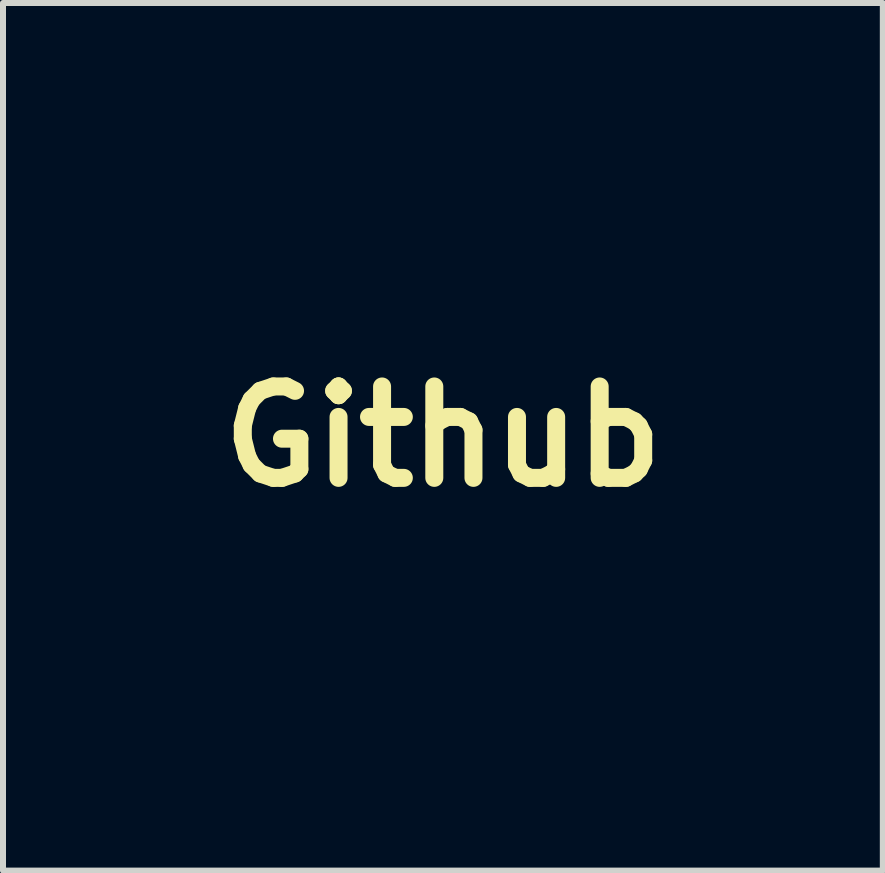
<source format=kicad_pcb>
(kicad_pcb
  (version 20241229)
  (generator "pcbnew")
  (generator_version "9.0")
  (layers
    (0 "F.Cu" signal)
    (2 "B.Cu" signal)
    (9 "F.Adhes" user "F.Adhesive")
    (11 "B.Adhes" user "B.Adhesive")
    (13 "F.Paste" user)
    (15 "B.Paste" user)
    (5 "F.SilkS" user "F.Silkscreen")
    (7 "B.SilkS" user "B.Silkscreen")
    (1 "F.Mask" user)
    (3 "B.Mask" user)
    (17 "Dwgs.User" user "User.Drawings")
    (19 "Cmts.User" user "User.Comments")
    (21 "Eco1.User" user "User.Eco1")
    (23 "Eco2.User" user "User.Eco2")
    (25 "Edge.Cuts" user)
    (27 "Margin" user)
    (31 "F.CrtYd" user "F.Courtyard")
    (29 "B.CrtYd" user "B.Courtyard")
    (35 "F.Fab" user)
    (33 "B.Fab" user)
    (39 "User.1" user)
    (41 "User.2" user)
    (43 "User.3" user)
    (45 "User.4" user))
  (footprint "Github"
    (layer "F.Cu")
    (at 4.337 4.229)
    (property "Reference" "Github" (at 0 0 0) (layer "F.SilkS") (effects (font (size 1.524 1.524) (thickness 0.3))))
    (attr through_hole)
    (fp_poly (pts (xy 0.208 -4.221) (xy 0.392 -4.213) (xy 0.56 -4.198) (xy 0.724 -4.175) (xy 0.891 -4.143) (xy 0.99 -4.121) (xy 1.349 -4.022) (xy 1.697 -3.89) (xy 2.033 -3.729) (xy 2.355 -3.539) (xy 2.66 -3.322) (xy 2.946 -3.079) (xy 3.211 -2.812) (xy 3.453 -2.522) (xy 3.471 -2.498) (xy 3.67 -2.208) (xy 3.847 -1.899) (xy 4 -1.576) (xy 4.124 -1.246) (xy 4.217 -0.923) (xy 4.254 -0.756) (xy 4.282 -0.601) (xy 4.303 -0.449) (xy 4.317 -0.288) (xy 4.326 -0.108) (xy 4.33 -0.008) (xy 4.33 0.297) (xy 4.312 0.581) (xy 4.276 0.854) (xy 4.22 1.125) (xy 4.165 1.33) (xy 4.046 1.679) (xy 3.896 2.018) (xy 3.717 2.343) (xy 3.51 2.654) (xy 3.277 2.946) (xy 3.021 3.218) (xy 2.743 3.467) (xy 2.445 3.691) (xy 2.373 3.739) (xy 2.258 3.811) (xy 2.132 3.883) (xy 1.999 3.954) (xy 1.864 4.021) (xy 1.732 4.083) (xy 1.607 4.137) (xy 1.494 4.181) (xy 1.398 4.213) (xy 1.323 4.23) (xy 1.292 4.233) (xy 1.211 4.218) (xy 1.143 4.176) (xy 1.105 4.127) (xy 1.098 4.112) (xy 1.092 4.091) (xy 1.087 4.063) (xy 1.083 4.023) (xy 1.079 3.97) (xy 1.076 3.899) (xy 1.074 3.809) (xy 1.071 3.695) (xy 1.069 3.554) (xy 1.067 3.385) (xy 1.066 3.294) (xy 1.063 3.107) (xy 1.061 2.952) (xy 1.059 2.824) (xy 1.056 2.72) (xy 1.053 2.637) (xy 1.05 2.572) (xy 1.045 2.522) (xy 1.04 2.483) (xy 1.034 2.452) (xy 1.027 2.426) (xy 1.026 2.421) (xy 0.962 2.265) (xy 0.884 2.138) (xy 0.843 2.09) (xy 0.809 2.051) (xy 0.788 2.024) (xy 0.785 2.015) (xy 0.806 2.013) (xy 0.852 2.006) (xy 0.916 1.997) (xy 0.97 1.989) (xy 1.257 1.935) (xy 1.519 1.859) (xy 1.756 1.763) (xy 1.968 1.647) (xy 2.153 1.51) (xy 2.312 1.355) (xy 2.443 1.18) (xy 2.518 1.045) (xy 2.615 0.814) (xy 2.687 0.562) (xy 2.734 0.289) (xy 2.755 0.025) (xy 2.755 -0.215) (xy 2.733 -0.434) (xy 2.687 -0.636) (xy 2.615 -0.826) (xy 2.517 -1.01) (xy 2.39 -1.193) (xy 2.365 -1.225) (xy 2.318 -1.284) (xy 2.354 -1.4) (xy 2.378 -1.503) (xy 2.395 -1.628) (xy 2.402 -1.761) (xy 2.4 -1.892) (xy 2.389 -2.006) (xy 2.373 -2.085) (xy 2.351 -2.179) (xy 2.326 -2.268) (xy 2.322 -2.282) (xy 2.276 -2.43) (xy 2.124 -2.429) (xy 2.058 -2.427) (xy 2.004 -2.422) (xy 1.953 -2.412) (xy 1.895 -2.394) (xy 1.821 -2.367) (xy 1.77 -2.346) (xy 1.645 -2.293) (xy 1.512 -2.23) (xy 1.381 -2.163) (xy 1.263 -2.096) (xy 1.165 -2.036) (xy 1.158 -2.031) (xy 1.088 -1.983) (xy 0.955 -2.014) (xy 0.589 -2.085) (xy 0.219 -2.121) (xy -0.151 -2.124) (xy -0.52 -2.094) (xy -0.886 -2.03) (xy -0.954 -2.015) (xy -1.086 -1.983) (xy -1.205 -2.061) (xy -1.295 -2.114) (xy -1.406 -2.174) (xy -1.53 -2.235) (xy -1.656 -2.294) (xy -1.775 -2.344) (xy -1.871 -2.381) (xy -1.977 -2.411) (xy -2.076 -2.426) (xy -2.142 -2.429) (xy -2.278 -2.43) (xy -2.314 -2.32) (xy -2.363 -2.139) (xy -2.393 -1.952) (xy -2.404 -1.767) (xy -2.394 -1.591) (xy -2.364 -1.433) (xy -2.354 -1.4) (xy -2.318 -1.284) (xy -2.365 -1.225) (xy -2.498 -1.041) (xy -2.601 -0.858) (xy -2.677 -0.668) (xy -2.727 -0.468) (xy -2.753 -0.252) (xy -2.756 -0.016) (xy -2.755 0.025) (xy -2.73 0.31) (xy -2.683 0.574) (xy -2.613 0.816) (xy -2.521 1.035) (xy -2.408 1.229) (xy -2.273 1.399) (xy -2.117 1.543) (xy -2.097 1.558) (xy -1.903 1.686) (xy -1.683 1.795) (xy -1.441 1.885) (xy -1.183 1.953) (xy -0.977 1.989) (xy -0.905 1.999) (xy -0.848 2.009) (xy -0.811 2.017) (xy -0.802 2.02) (xy -0.808 2.036) (xy -0.831 2.069) (xy -0.856 2.101) (xy -0.937 2.218) (xy -1 2.356) (xy -1.034 2.469) (xy -1.052 2.532) (xy -1.071 2.581) (xy -1.086 2.609) (xy -1.088 2.611) (xy -1.114 2.623) (xy -1.162 2.641) (xy -1.223 2.661) (xy -1.228 2.663) (xy -1.284 2.679) (xy -1.338 2.69) (xy -1.4 2.697) (xy -1.478 2.7) (xy -1.582 2.701) (xy -1.583 2.701) (xy -1.678 2.701) (xy -1.746 2.699) (xy -1.795 2.695) (xy -1.834 2.687) (xy -1.868 2.674) (xy -1.907 2.656) (xy -1.923 2.647) (xy -2.053 2.563) (xy -2.172 2.453) (xy -2.281 2.313) (xy -2.297 2.289) (xy -2.376 2.176) (xy -2.447 2.088) (xy -2.517 2.018) (xy -2.593 1.959) (xy -2.631 1.934) (xy -2.734 1.875) (xy -2.824 1.835) (xy -2.913 1.812) (xy -2.964 1.805) (xy -3.053 1.801) (xy -3.123 1.814) (xy -3.167 1.842) (xy -3.173 1.849) (xy -3.175 1.883) (xy -3.151 1.928) (xy -3.104 1.981) (xy -3.037 2.037) (xy -2.999 2.064) (xy -2.884 2.157) (xy -2.779 2.27) (xy -2.682 2.409) (xy -2.59 2.576) (xy -2.532 2.701) (xy -2.49 2.788) (xy -2.449 2.857) (xy -2.397 2.92) (xy -2.354 2.965) (xy -2.258 3.05) (xy -2.154 3.118) (xy -2.038 3.168) (xy -1.906 3.203) (xy -1.753 3.224) (xy -1.576 3.231) (xy -1.431 3.228) (xy -1.335 3.225) (xy -1.249 3.221) (xy -1.179 3.218) (xy -1.132 3.215) (xy -1.118 3.214) (xy -1.075 3.209) (xy -1.071 3.628) (xy -1.07 3.773) (xy -1.07 3.889) (xy -1.073 3.979) (xy -1.079 4.047) (xy -1.089 4.098) (xy -1.104 4.135) (xy -1.124 4.163) (xy -1.15 4.185) (xy -1.172 4.199) (xy -1.221 4.222) (xy -1.277 4.23) (xy -1.345 4.223) (xy -1.431 4.201) (xy -1.539 4.163) (xy -1.553 4.158) (xy -1.903 4.006) (xy -2.235 3.826) (xy -2.548 3.619) (xy -2.84 3.386) (xy -3.091 3.148) (xy -3.353 2.854) (xy -3.586 2.546) (xy -3.787 2.224) (xy -3.958 1.888) (xy -4.098 1.541) (xy -4.207 1.181) (xy -4.25 0.993) (xy -4.288 0.779) (xy -4.314 0.571) (xy -4.328 0.356) (xy -4.332 0.125) (xy -4.33 0) (xy -4.323 -0.195) (xy -4.311 -0.366) (xy -4.294 -0.522) (xy -4.27 -0.674) (xy -4.239 -0.83) (xy -4.223 -0.897) (xy -4.121 -1.259) (xy -3.988 -1.608) (xy -3.827 -1.943) (xy -3.638 -2.261) (xy -3.423 -2.562) (xy -3.183 -2.843) (xy -2.921 -3.103) (xy -2.637 -3.34) (xy -2.333 -3.554) (xy -2.01 -3.741) (xy -1.671 -3.901) (xy -1.373 -4.013) (xy -1.133 -4.086) (xy -0.9 -4.143) (xy -0.667 -4.183) (xy -0.424 -4.209) (xy -0.162 -4.222) (xy 0 -4.224) (xy 0.208 -4.221)) (stroke (width 0.01) (type solid)) (fill no) (layer "Eco1.User")))
  (gr_rect
    (start -3 -3)
    (end 11.671 11.467)
    (stroke (width 0.1) (type default))
    (fill no)
    (layer "Edge.Cuts")))
</source>
